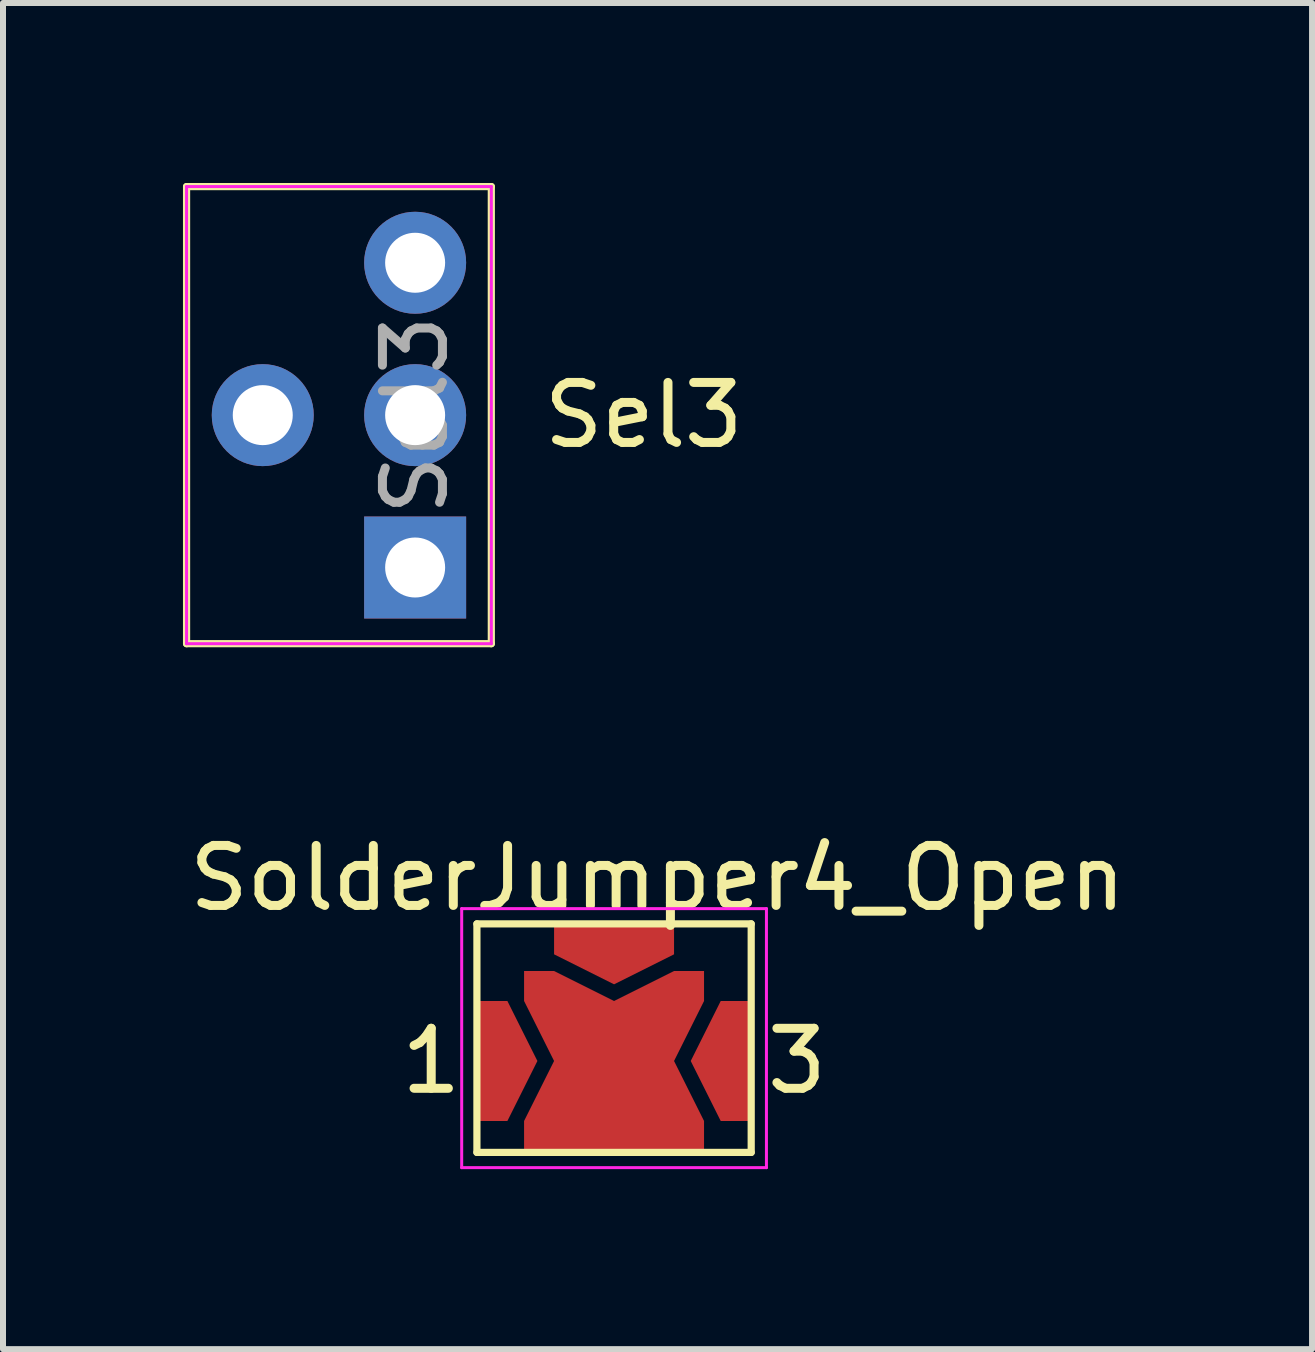
<source format=kicad_pcb>
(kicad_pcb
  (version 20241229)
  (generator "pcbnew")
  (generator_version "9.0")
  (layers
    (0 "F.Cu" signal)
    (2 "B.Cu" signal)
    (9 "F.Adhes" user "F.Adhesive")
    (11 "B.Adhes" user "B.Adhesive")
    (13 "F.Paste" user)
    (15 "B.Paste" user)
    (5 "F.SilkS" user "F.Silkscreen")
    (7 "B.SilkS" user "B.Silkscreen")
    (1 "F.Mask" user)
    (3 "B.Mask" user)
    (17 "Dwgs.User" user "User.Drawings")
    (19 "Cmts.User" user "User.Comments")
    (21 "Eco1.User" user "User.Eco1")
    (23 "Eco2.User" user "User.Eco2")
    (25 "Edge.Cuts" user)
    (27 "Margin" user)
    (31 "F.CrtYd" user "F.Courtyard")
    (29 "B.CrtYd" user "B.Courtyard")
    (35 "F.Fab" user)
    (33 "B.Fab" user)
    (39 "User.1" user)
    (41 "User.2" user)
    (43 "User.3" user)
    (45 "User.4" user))
  (footprint "SolderJumper4_Open"
    (layer "F.Cu")
    (at 7.186 14.636)
    (property "Reference" "SolderJumper4_Open" (at 0.725 -3.048 0) (layer "F.SilkS") (effects (font (size 1 1) (thickness 0.15))))
    (attr exclude_from_pos_files exclude_from_bom)
    (fp_poly (pts (xy 1.016 -1.016) (xy -1.016 -1.016) (xy -1.016 -2.032) (xy 1.016 -2.032)) (stroke (width 0.1) (type solid)) (fill yes) (layer "F.Mask"))
    (fp_poly (pts (xy 2.032 1.016) (xy -2.032 1.016) (xy -2.032 -1.016) (xy 2.032 -1.016)) (stroke (width 0.1) (type solid)) (fill yes) (layer "F.Mask"))
    (fp_line (start -2.286 -2.286) (end 2.286 -2.286) (stroke (width 0.12) (type solid)) (layer "F.SilkS"))
    (fp_line (start -2.286 1.524) (end -2.286 -2.286) (stroke (width 0.12) (type solid)) (layer "F.SilkS"))
    (fp_line (start 2.286 -2.286) (end 2.286 1.524) (stroke (width 0.12) (type solid)) (layer "F.SilkS"))
    (fp_line (start 2.286 1.524) (end -2.286 1.524) (stroke (width 0.12) (type solid)) (layer "F.SilkS"))
    (fp_line (start -2.54 -2.54) (end -2.54 1.778) (stroke (width 0.05) (type solid)) (layer "F.CrtYd"))
    (fp_line (start -2.54 -2.54) (end 2.54 -2.54) (stroke (width 0.05) (type solid)) (layer "F.CrtYd"))
    (fp_line (start 2.54 1.778) (end -2.54 1.778) (stroke (width 0.05) (type solid)) (layer "F.CrtYd"))
    (fp_line (start 2.54 1.778) (end 2.54 -2.54) (stroke (width 0.05) (type solid)) (layer "F.CrtYd"))
    (fp_text user "1" (at -3.048 0 0) (layer "F.SilkS") (effects (font (size 1 1) (thickness 0.15))))
    (fp_text user "3" (at 3.048 0 0) (layer "F.SilkS") (effects (font (size 1 1) (thickness 0.15))))
    (pad "1" smd custom (at -1.778 0) (size 0.3 0.3) (layers "F.Cu") (options (anchor rect)) (primitives (gr_poly (pts (xy -0.5 -1) (xy 0 -1) (xy 0.5 0) (xy 0 1) (xy -0.5 1)) (width 0) (fill yes))))
    (pad "2" smd custom (at 0 -1.778 270) (size 0.3 0.3) (layers "F.Cu") (options (anchor rect)) (primitives (gr_poly (pts (xy -0.5 -1) (xy 0 -1) (xy 0.5 0) (xy 0 1) (xy -0.5 1)) (width 0) (fill yes))))
    (pad "3" smd custom (at 1.778 0 180) (size 0.3 0.3) (layers "F.Cu") (options (anchor rect)) (primitives (gr_poly (pts (xy -0.5 -1) (xy 0 -1) (xy 0.5 0) (xy 0 1) (xy -0.5 1)) (width 0) (fill yes))))
    (pad "4" smd custom (at 0 0) (size 0.3 0.3) (layers "F.Cu") (options (anchor rect)) (primitives (gr_poly (pts (xy -1.5 -1.5) (xy -1 -1.5) (xy 0 -1) (xy 1 -1.5) (xy 1.5 -1.5) (xy 1.5 -1) (xy 1 0) (xy 1.5 1) (xy 1.5 1.5) (xy 1 1.5) (xy -1 1.5) (xy -1.5 1.5) (xy -1.5 1) (xy -1 0) (xy -1.5 -1)) (width 0) (fill yes)))))
  (footprint "Sel3"
    (layer "F.Cu")
    (at 3.87 3.87)
    (property "Reference" "Sel3" (at 3.81 0 0) (layer "F.SilkS") (effects (font (size 1 1) (thickness 0.15))))
    (attr through_hole)
    (fp_line (start -3.81 -3.81) (end -3.81 3.81) (stroke (width 0.12) (type solid)) (layer "F.SilkS"))
    (fp_line (start -3.81 -3.81) (end 1.27 -3.81) (stroke (width 0.12) (type solid)) (layer "F.SilkS"))
    (fp_line (start -3.81 3.81) (end 1.27 3.81) (stroke (width 0.12) (type solid)) (layer "F.SilkS"))
    (fp_line (start 1.27 -3.81) (end 1.27 3.81) (stroke (width 0.12) (type solid)) (layer "F.SilkS"))
    (fp_line (start -3.81 -3.81) (end -3.81 3.81) (stroke (width 0.05) (type solid)) (layer "F.CrtYd"))
    (fp_line (start -3.81 3.81) (end 1.27 3.81) (stroke (width 0.05) (type solid)) (layer "F.CrtYd"))
    (fp_line (start 1.27 -3.81) (end -3.81 -3.81) (stroke (width 0.05) (type solid)) (layer "F.CrtYd"))
    (fp_line (start 1.27 3.81) (end 1.27 -3.81) (stroke (width 0.05) (type solid)) (layer "F.CrtYd"))
    (fp_text user "${REFERENCE}" (at 0 0 90) (layer "F.Fab") (effects (font (size 1 1) (thickness 0.15))))
    (pad "1" thru_hole rect (at 0 2.54) (size 1.7 1.7) (drill 1) (layers "*.Cu" "*.Mask"))
    (pad "2" thru_hole oval (at -2.54 0) (size 1.7 1.7) (drill 1) (layers "*.Cu" "*.Mask"))
    (pad "3" thru_hole oval (at 0 -2.54) (size 1.7 1.7) (drill 1) (layers "*.Cu" "*.Mask"))
    (pad "4" thru_hole oval (at 0 0) (size 1.7 1.7) (drill 1) (layers "*.Cu" "*.Mask")))
  (gr_rect
    (start -3 -3)
    (end 18.821 19.439)
    (stroke (width 0.1) (type default))
    (fill no)
    (layer "Edge.Cuts")))
</source>
